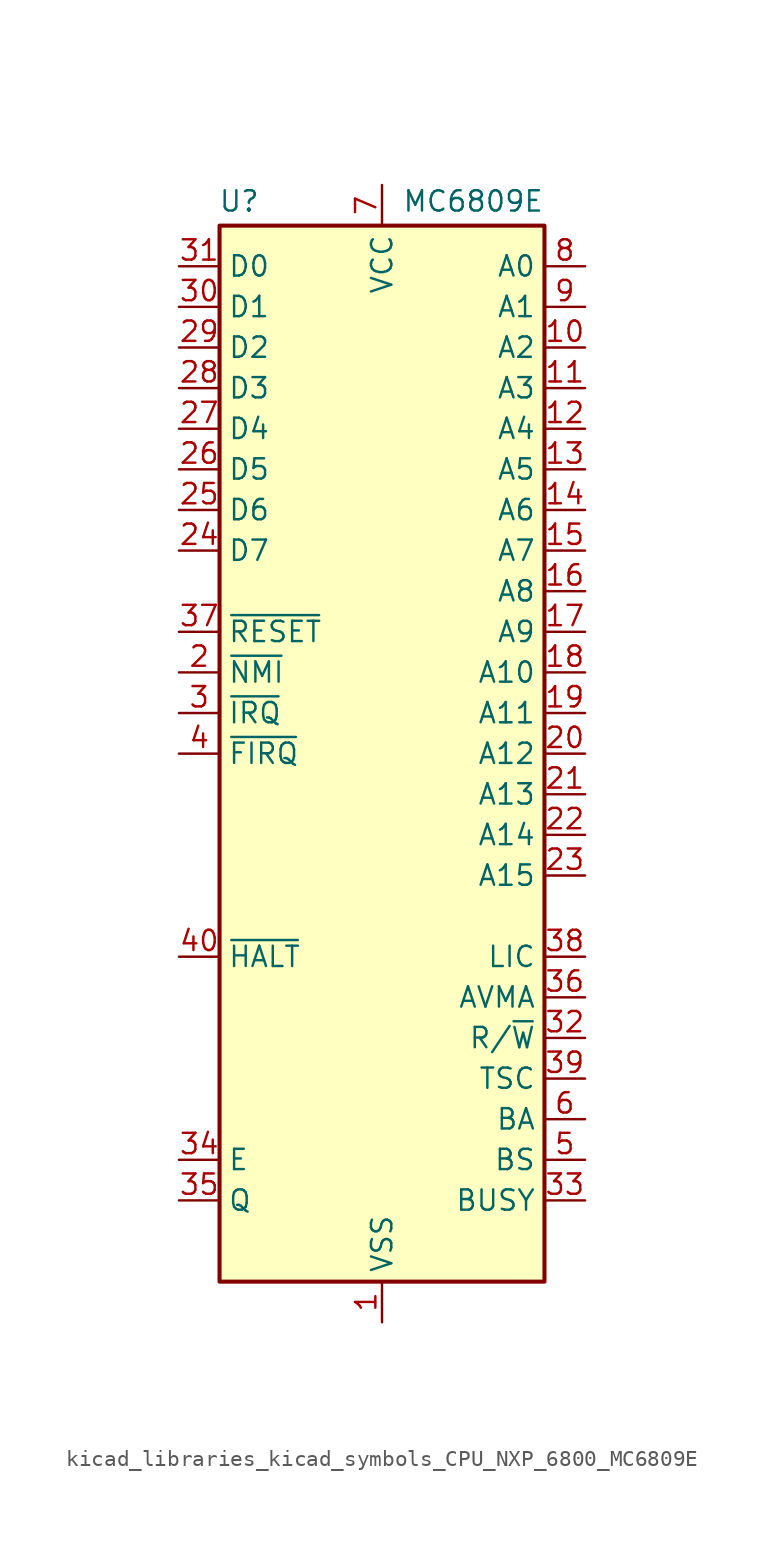
<source format=kicad_sym>
(kicad_symbol_lib
  (version 20220914)
  (generator kicad_symbol_editor)
  (symbol "kicad_libraries_kicad_symbols_CPU_NXP_6800_MC6809E"
    (property "Reference" "U"
      (at -7.62 34.544 0)
      (effects (font (size 1.27 1.27)) (justify right)))
    (property "Value" "MC6809E"
      (at 10.16 34.544 0)
      (effects (font (size 1.27 1.27)) (justify right)))
    (symbol "kicad_libraries_kicad_symbols_CPU_NXP_6800_MC6809E_0_1"
      (rectangle (start -10.16 -33.02) (end 10.16 33.02) (stroke (width 0.254) (type default)) (fill (type background))))
    (symbol "kicad_libraries_kicad_symbols_CPU_NXP_6800_MC6809E_1_1"
      (pin power_in line (at 0 -35.56 90) (length 2.54) (name "VSS" (effects (font (size 1.27 1.27)))) (number "1" (effects (font (size 1.27 1.27)))))
      (pin output line (at 12.7 25.4 180) (length 2.54) (name "A2" (effects (font (size 1.27 1.27)))) (number "10" (effects (font (size 1.27 1.27)))))
      (pin output line (at 12.7 22.86 180) (length 2.54) (name "A3" (effects (font (size 1.27 1.27)))) (number "11" (effects (font (size 1.27 1.27)))))
      (pin output line (at 12.7 20.32 180) (length 2.54) (name "A4" (effects (font (size 1.27 1.27)))) (number "12" (effects (font (size 1.27 1.27)))))
      (pin output line (at 12.7 17.78 180) (length 2.54) (name "A5" (effects (font (size 1.27 1.27)))) (number "13" (effects (font (size 1.27 1.27)))))
      (pin output line (at 12.7 15.24 180) (length 2.54) (name "A6" (effects (font (size 1.27 1.27)))) (number "14" (effects (font (size 1.27 1.27)))))
      (pin output line (at 12.7 12.7 180) (length 2.54) (name "A7" (effects (font (size 1.27 1.27)))) (number "15" (effects (font (size 1.27 1.27)))))
      (pin output line (at 12.7 10.16 180) (length 2.54) (name "A8" (effects (font (size 1.27 1.27)))) (number "16" (effects (font (size 1.27 1.27)))))
      (pin output line (at 12.7 7.62 180) (length 2.54) (name "A9" (effects (font (size 1.27 1.27)))) (number "17" (effects (font (size 1.27 1.27)))))
      (pin output line (at 12.7 5.08 180) (length 2.54) (name "A10" (effects (font (size 1.27 1.27)))) (number "18" (effects (font (size 1.27 1.27)))))
      (pin output line (at 12.7 2.54 180) (length 2.54) (name "A11" (effects (font (size 1.27 1.27)))) (number "19" (effects (font (size 1.27 1.27)))))
      (pin input line (at -12.7 5.08 0) (length 2.54) (name "~{NMI}" (effects (font (size 1.27 1.27)))) (number "2" (effects (font (size 1.27 1.27)))))
      (pin output line (at 12.7 0 180) (length 2.54) (name "A12" (effects (font (size 1.27 1.27)))) (number "20" (effects (font (size 1.27 1.27)))))
      (pin output line (at 12.7 -2.54 180) (length 2.54) (name "A13" (effects (font (size 1.27 1.27)))) (number "21" (effects (font (size 1.27 1.27)))))
      (pin output line (at 12.7 -5.08 180) (length 2.54) (name "A14" (effects (font (size 1.27 1.27)))) (number "22" (effects (font (size 1.27 1.27)))))
      (pin output line (at 12.7 -7.62 180) (length 2.54) (name "A15" (effects (font (size 1.27 1.27)))) (number "23" (effects (font (size 1.27 1.27)))))
      (pin bidirectional line (at -12.7 12.7 0) (length 2.54) (name "D7" (effects (font (size 1.27 1.27)))) (number "24" (effects (font (size 1.27 1.27)))))
      (pin bidirectional line (at -12.7 15.24 0) (length 2.54) (name "D6" (effects (font (size 1.27 1.27)))) (number "25" (effects (font (size 1.27 1.27)))))
      (pin bidirectional line (at -12.7 17.78 0) (length 2.54) (name "D5" (effects (font (size 1.27 1.27)))) (number "26" (effects (font (size 1.27 1.27)))))
      (pin bidirectional line (at -12.7 20.32 0) (length 2.54) (name "D4" (effects (font (size 1.27 1.27)))) (number "27" (effects (font (size 1.27 1.27)))))
      (pin bidirectional line (at -12.7 22.86 0) (length 2.54) (name "D3" (effects (font (size 1.27 1.27)))) (number "28" (effects (font (size 1.27 1.27)))))
      (pin bidirectional line (at -12.7 25.4 0) (length 2.54) (name "D2" (effects (font (size 1.27 1.27)))) (number "29" (effects (font (size 1.27 1.27)))))
      (pin input line (at -12.7 2.54 0) (length 2.54) (name "~{IRQ}" (effects (font (size 1.27 1.27)))) (number "3" (effects (font (size 1.27 1.27)))))
      (pin bidirectional line (at -12.7 27.94 0) (length 2.54) (name "D1" (effects (font (size 1.27 1.27)))) (number "30" (effects (font (size 1.27 1.27)))))
      (pin bidirectional line (at -12.7 30.48 0) (length 2.54) (name "D0" (effects (font (size 1.27 1.27)))) (number "31" (effects (font (size 1.27 1.27)))))
      (pin output line (at 12.7 -17.78 180) (length 2.54) (name "R/~{W}" (effects (font (size 1.27 1.27)))) (number "32" (effects (font (size 1.27 1.27)))))
      (pin output line (at 12.7 -27.94 180) (length 2.54) (name "BUSY" (effects (font (size 1.27 1.27)))) (number "33" (effects (font (size 1.27 1.27)))))
      (pin input line (at -12.7 -25.4 0) (length 2.54) (name "E" (effects (font (size 1.27 1.27)))) (number "34" (effects (font (size 1.27 1.27)))))
      (pin input line (at -12.7 -27.94 0) (length 2.54) (name "Q" (effects (font (size 1.27 1.27)))) (number "35" (effects (font (size 1.27 1.27)))))
      (pin output line (at 12.7 -15.24 180) (length 2.54) (name "AVMA" (effects (font (size 1.27 1.27)))) (number "36" (effects (font (size 1.27 1.27)))))
      (pin input line (at -12.7 7.62 0) (length 2.54) (name "~{RESET}" (effects (font (size 1.27 1.27)))) (number "37" (effects (font (size 1.27 1.27)))))
      (pin output line (at 12.7 -12.7 180) (length 2.54) (name "LIC" (effects (font (size 1.27 1.27)))) (number "38" (effects (font (size 1.27 1.27)))))
      (pin output line (at 12.7 -20.32 180) (length 2.54) (name "TSC" (effects (font (size 1.27 1.27)))) (number "39" (effects (font (size 1.27 1.27)))))
      (pin input line (at -12.7 0 0) (length 2.54) (name "~{FIRQ}" (effects (font (size 1.27 1.27)))) (number "4" (effects (font (size 1.27 1.27)))))
      (pin input line (at -12.7 -12.7 0) (length 2.54) (name "~{HALT}" (effects (font (size 1.27 1.27)))) (number "40" (effects (font (size 1.27 1.27)))))
      (pin output line (at 12.7 -25.4 180) (length 2.54) (name "BS" (effects (font (size 1.27 1.27)))) (number "5" (effects (font (size 1.27 1.27)))))
      (pin output line (at 12.7 -22.86 180) (length 2.54) (name "BA" (effects (font (size 1.27 1.27)))) (number "6" (effects (font (size 1.27 1.27)))))
      (pin power_in line (at 0 35.56 270) (length 2.54) (name "VCC" (effects (font (size 1.27 1.27)))) (number "7" (effects (font (size 1.27 1.27)))))
      (pin output line (at 12.7 30.48 180) (length 2.54) (name "A0" (effects (font (size 1.27 1.27)))) (number "8" (effects (font (size 1.27 1.27)))))
      (pin output line (at 12.7 27.94 180) (length 2.54) (name "A1" (effects (font (size 1.27 1.27)))) (number "9" (effects (font (size 1.27 1.27))))))))
</source>
